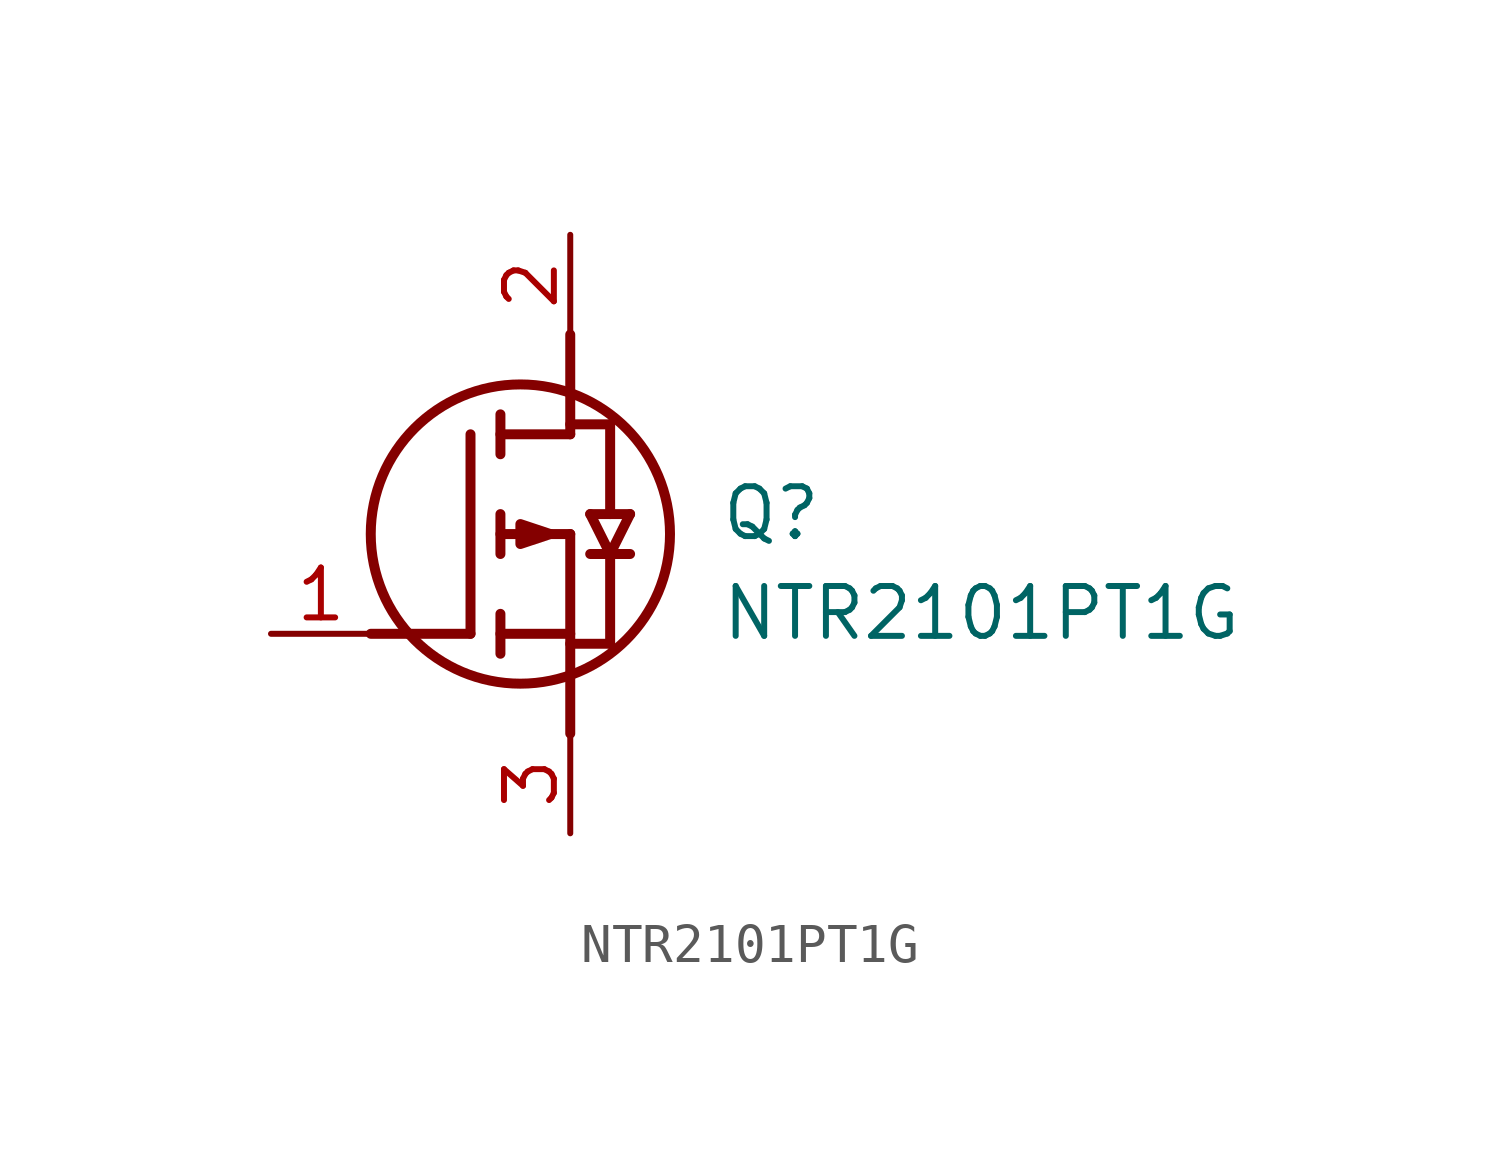
<source format=kicad_sym>
(kicad_symbol_lib
  (version 20211014)
  (generator SamacSys_ECAD_Model)
  (symbol "NTR2101PT1G"
    (pin_names hide)
    (property "Reference" "Q"
      (at 11.43 3.81 0)
      (effects (font (size 1.27 1.27)) (justify left top)))
    (property "Value" "NTR2101PT1G"
      (at 11.43 1.27 0)
      (effects (font (size 1.27 1.27)) (justify left top)))
    (polyline
      (pts (xy 7.62 2.54) (xy 7.62 -2.54))
      (stroke (width 0.254) (type default))
      (fill (type none)))
    (polyline
      (pts (xy 7.62 5.08) (xy 7.62 7.62))
      (stroke (width 0.254) (type default))
      (fill (type none)))
    (polyline
      (pts (xy 2.54 0) (xy 5.08 0))
      (stroke (width 0.254) (type default))
      (fill (type none)))
    (polyline
      (pts (xy 5.08 5.08) (xy 5.08 0))
      (stroke (width 0.254) (type default))
      (fill (type none)))
    (polyline
      (pts (xy 7.62 2.54) (xy 5.842 2.54))
      (stroke (width 0.254) (type default))
      (fill (type none)))
    (polyline
      (pts (xy 7.62 5.08) (xy 5.842 5.08))
      (stroke (width 0.254) (type default))
      (fill (type none)))
    (polyline
      (pts (xy 5.842 0) (xy 7.62 0))
      (stroke (width 0.254) (type default))
      (fill (type none)))
    (polyline
      (pts (xy 5.842 5.588) (xy 5.842 4.572))
      (stroke (width 0.254) (type default))
      (fill (type none)))
    (polyline
      (pts (xy 5.842 -0.508) (xy 5.842 0.508))
      (stroke (width 0.254) (type default))
      (fill (type none)))
    (polyline
      (pts (xy 5.842 2.032) (xy 5.842 3.048))
      (stroke (width 0.254) (type default))
      (fill (type none)))
    (polyline
      (pts (xy 7.62 5.334) (xy 8.636 5.334))
      (stroke (width 0.254) (type default))
      (fill (type none)))
    (polyline
      (pts (xy 8.636 3.048) (xy 8.636 5.334))
      (stroke (width 0.254) (type default))
      (fill (type none)))
    (polyline
      (pts (xy 8.128 3.048) (xy 9.144 3.048))
      (stroke (width 0.254) (type default))
      (fill (type none)))
    (polyline
      (pts (xy 8.636 2.032) (xy 9.144 3.048))
      (stroke (width 0.254) (type default))
      (fill (type none)))
    (polyline
      (pts (xy 8.636 2.032) (xy 8.128 3.048))
      (stroke (width 0.254) (type default))
      (fill (type none)))
    (polyline
      (pts (xy 8.128 2.032) (xy 9.144 2.032))
      (stroke (width 0.254) (type default))
      (fill (type none)))
    (polyline
      (pts (xy 8.636 2.032) (xy 8.636 -0.254))
      (stroke (width 0.254) (type default))
      (fill (type none)))
    (polyline
      (pts (xy 7.62 -0.254) (xy 8.636 -0.254))
      (stroke (width 0.254) (type default))
      (fill (type none)))
    (circle
      (center 6.35 2.54)
      (radius 3.81)
      (stroke (width 0.254) (type default))
      (fill (type none)))
    (polyline
      (pts (xy 6.35 2.794) (xy 6.35 2.286) (xy 7.112 2.54) (xy 6.35 2.794))
      (stroke (width 0.254) (type default))
      (fill (type outline)))
    (pin passive line
      (at 0 0 0)
      (length 2.54)
      (name "G" (effects (font (size 1.27 1.27))))
      (number "1" (effects (font (size 1.27 1.27)))))
    (pin passive line
      (at 7.62 10.16 270)
      (length 2.54)
      (name "S" (effects (font (size 1.27 1.27))))
      (number "2" (effects (font (size 1.27 1.27)))))
    (pin passive line
      (at 7.62 -5.08 90)
      (length 2.54)
      (name "D" (effects (font (size 1.27 1.27))))
      (number "3" (effects (font (size 1.27 1.27)))))))
</source>
